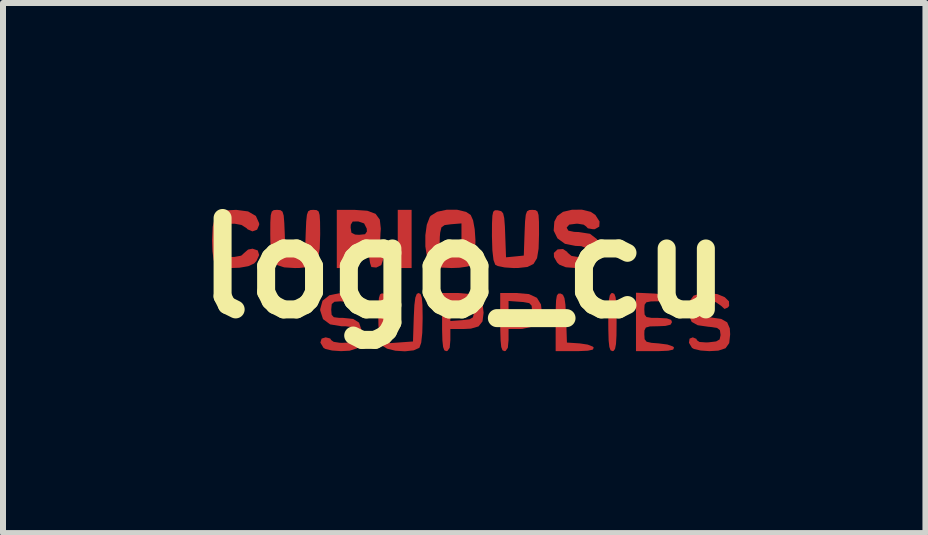
<source format=kicad_pcb>
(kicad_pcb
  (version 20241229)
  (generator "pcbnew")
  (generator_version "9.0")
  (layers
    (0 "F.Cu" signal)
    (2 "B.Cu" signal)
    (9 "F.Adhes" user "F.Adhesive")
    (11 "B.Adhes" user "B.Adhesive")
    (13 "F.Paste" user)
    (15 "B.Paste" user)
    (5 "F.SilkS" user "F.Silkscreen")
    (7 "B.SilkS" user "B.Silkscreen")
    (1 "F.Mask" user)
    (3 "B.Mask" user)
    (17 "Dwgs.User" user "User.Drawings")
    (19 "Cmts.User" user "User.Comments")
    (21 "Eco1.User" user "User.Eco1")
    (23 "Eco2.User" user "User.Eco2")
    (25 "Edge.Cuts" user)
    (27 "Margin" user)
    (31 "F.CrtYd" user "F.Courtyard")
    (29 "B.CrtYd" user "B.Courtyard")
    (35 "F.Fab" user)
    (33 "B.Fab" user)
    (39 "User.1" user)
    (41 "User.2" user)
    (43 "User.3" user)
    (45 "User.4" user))
  (footprint "logo_cu"
    (layer "F.Cu")
    (at 4.688 1.418)
    (property "Reference" "logo_cu" (at 0 0 0) (layer "F.SilkS") (effects (font (size 1.524 1.524) (thickness 0.3))))
    (attr board_only exclude_from_pos_files exclude_from_bom)
    (fp_poly (pts (xy -0.877 0) (xy -1.108 0) (xy -1.108 -0.97) (xy -0.877 -0.97)) (stroke (width 0) (type solid)) (fill yes) (layer "F.Cu"))
    (fp_poly (pts (xy 2.502 0.431) (xy 2.523 0.485) (xy 2.535 0.594) (xy 2.539 0.773) (xy 2.54 0.901) (xy 2.538 1.122) (xy 2.53 1.266) (xy 2.514 1.348) (xy 2.489 1.382) (xy 2.471 1.385) (xy 2.439 1.371) (xy 2.419 1.316) (xy 2.407 1.207) (xy 2.402 1.028) (xy 2.401 0.901) (xy 2.404 0.679) (xy 2.411 0.535) (xy 2.427 0.453) (xy 2.452 0.419) (xy 2.471 0.416)) (stroke (width 0) (type solid)) (fill yes) (layer "F.Cu"))
    (fp_poly (pts (xy 1.605 0.424) (xy 1.645 0.445) (xy 1.671 0.501) (xy 1.687 0.61) (xy 1.697 0.789) (xy 1.699 0.841) (xy 1.712 1.242) (xy 1.926 1.256) (xy 2.059 1.276) (xy 2.144 1.31) (xy 2.159 1.328) (xy 2.143 1.36) (xy 2.061 1.378) (xy 1.9 1.385) (xy 1.851 1.385) (xy 1.524 1.385) (xy 1.524 0.897) (xy 1.525 0.68) (xy 1.531 0.539) (xy 1.544 0.46) (xy 1.567 0.427) (xy 1.602 0.424)) (stroke (width 0) (type solid)) (fill yes) (layer "F.Cu"))
    (fp_poly (pts (xy 0.107 0.434) (xy 0.239 0.494) (xy 0.307 0.604) (xy 0.323 0.745) (xy 0.305 0.889) (xy 0.239 0.973) (xy 0.111 1.01) (xy -0.009 1.016) (xy -0.231 1.016) (xy -0.231 1.201) (xy -0.242 1.329) (xy -0.28 1.382) (xy -0.3 1.385) (xy -0.332 1.371) (xy -0.352 1.316) (xy -0.364 1.207) (xy -0.369 1.028) (xy -0.369 0.901) (xy -0.369 0.549) (xy -0.231 0.549) (xy -0.231 0.883) (xy -0.035 0.869) (xy 0.089 0.854) (xy 0.145 0.822) (xy 0.161 0.752) (xy 0.162 0.716) (xy 0.154 0.628) (xy 0.114 0.585) (xy 0.017 0.567) (xy -0.035 0.563) (xy -0.231 0.549) (xy -0.369 0.549) (xy -0.369 0.416) (xy -0.1 0.416)) (stroke (width 0) (type solid)) (fill yes) (layer "F.Cu"))
    (fp_poly (pts (xy 1.079 0.434) (xy 1.212 0.496) (xy 1.279 0.606) (xy 1.293 0.724) (xy 1.256 0.877) (xy 1.146 0.975) (xy 0.967 1.015) (xy 0.932 1.016) (xy 0.739 1.016) (xy 0.739 1.201) (xy 0.727 1.329) (xy 0.69 1.382) (xy 0.67 1.385) (xy 0.638 1.371) (xy 0.617 1.316) (xy 0.606 1.207) (xy 0.601 1.028) (xy 0.6 0.901) (xy 0.6 0.549) (xy 0.739 0.549) (xy 0.739 0.883) (xy 0.935 0.869) (xy 1.059 0.854) (xy 1.115 0.822) (xy 1.131 0.752) (xy 1.131 0.716) (xy 1.124 0.628) (xy 1.084 0.585) (xy 0.987 0.567) (xy 0.935 0.563) (xy 0.739 0.549) (xy 0.6 0.549) (xy 0.6 0.416) (xy 0.87 0.416)) (stroke (width 0) (type solid)) (fill yes) (layer "F.Cu"))
    (fp_poly (pts (xy -3.603 -0.944) (xy -3.473 -0.868) (xy -3.419 -0.748) (xy -3.417 -0.722) (xy -3.452 -0.64) (xy -3.53 -0.611) (xy -3.612 -0.646) (xy -3.625 -0.662) (xy -3.712 -0.718) (xy -3.827 -0.739) (xy -3.972 -0.739) (xy -3.972 -0.185) (xy -3.832 -0.185) (xy -3.718 -0.206) (xy -3.665 -0.254) (xy -3.603 -0.308) (xy -3.528 -0.323) (xy -3.441 -0.293) (xy -3.418 -0.217) (xy -3.462 -0.12) (xy -3.502 -0.076) (xy -3.599 -0.031) (xy -3.747 -0.005) (xy -3.911 0.000305) (xy -4.055 -0.016) (xy -4.146 -0.055) (xy -4.147 -0.055) (xy -4.177 -0.133) (xy -4.197 -0.283) (xy -4.203 -0.464) (xy -4.193 -0.688) (xy -4.158 -0.835) (xy -4.084 -0.921) (xy -3.961 -0.961) (xy -3.802 -0.97)) (stroke (width 0) (type solid)) (fill yes) (layer "F.Cu"))
    (fp_poly (pts (xy -0.728 0.433) (xy -0.707 0.495) (xy -0.696 0.616) (xy -0.693 0.813) (xy -0.693 0.845) (xy -0.699 1.081) (xy -0.717 1.245) (xy -0.747 1.328) (xy -0.748 1.33) (xy -0.842 1.372) (xy -0.988 1.388) (xy -1.148 1.378) (xy -1.286 1.344) (xy -1.355 1.301) (xy -1.395 1.233) (xy -1.419 1.123) (xy -1.43 0.952) (xy -1.432 0.813) (xy -1.43 0.618) (xy -1.422 0.5) (xy -1.404 0.44) (xy -1.374 0.422) (xy -1.351 0.424) (xy -1.311 0.445) (xy -1.285 0.501) (xy -1.269 0.608) (xy -1.259 0.786) (xy -1.257 0.846) (xy -1.243 1.252) (xy -0.854 1.224) (xy -0.841 0.82) (xy -0.831 0.618) (xy -0.815 0.493) (xy -0.791 0.431) (xy -0.76 0.416)) (stroke (width 0) (type solid)) (fill yes) (layer "F.Cu"))
    (fp_poly (pts (xy -3.063 -0.965) (xy -3.029 -0.94) (xy -3.009 -0.874) (xy -2.999 -0.75) (xy -2.992 -0.589) (xy -2.979 -0.208) (xy -2.655 -0.208) (xy -2.642 -0.589) (xy -2.634 -0.776) (xy -2.622 -0.888) (xy -2.601 -0.946) (xy -2.563 -0.967) (xy -2.515 -0.97) (xy -2.461 -0.966) (xy -2.427 -0.943) (xy -2.41 -0.884) (xy -2.403 -0.769) (xy -2.401 -0.581) (xy -2.401 -0.561) (xy -2.408 -0.325) (xy -2.435 -0.165) (xy -2.493 -0.068) (xy -2.594 -0.018) (xy -2.75 -0.001) (xy -2.825 0) (xy -3.001 -0.011) (xy -3.112 -0.048) (xy -3.156 -0.084) (xy -3.196 -0.153) (xy -3.22 -0.264) (xy -3.231 -0.436) (xy -3.233 -0.569) (xy -3.232 -0.762) (xy -3.225 -0.88) (xy -3.208 -0.942) (xy -3.175 -0.966) (xy -3.121 -0.97) (xy -3.119 -0.97)) (stroke (width 0) (type solid)) (fill yes) (layer "F.Cu"))
    (fp_poly (pts (xy -0.119 -0.972) (xy 0.031 -0.936) (xy 0.108 -0.885) (xy 0.148 -0.795) (xy 0.175 -0.646) (xy 0.187 -0.467) (xy 0.184 -0.29) (xy 0.166 -0.143) (xy 0.131 -0.057) (xy 0.129 -0.055) (xy 0.055 -0.025) (xy -0.082 -0.005) (xy -0.21 0) (xy -0.39 -0.008) (xy -0.503 -0.036) (xy -0.57 -0.084) (xy -0.622 -0.195) (xy -0.645 -0.342) (xy -0.411 -0.342) (xy -0.385 -0.242) (xy -0.319 -0.195) (xy -0.209 -0.185) (xy -0.046 -0.185) (xy -0.046 -0.744) (xy -0.219 -0.73) (xy -0.327 -0.716) (xy -0.38 -0.678) (xy -0.401 -0.59) (xy -0.407 -0.514) (xy -0.411 -0.342) (xy -0.645 -0.342) (xy -0.648 -0.36) (xy -0.648 -0.547) (xy -0.624 -0.722) (xy -0.574 -0.851) (xy -0.56 -0.87) (xy -0.451 -0.938) (xy -0.292 -0.972)) (stroke (width 0) (type solid)) (fill yes) (layer "F.Cu"))
    (fp_poly (pts (xy 1.187 -0.966) (xy 1.221 -0.943) (xy 1.239 -0.884) (xy 1.246 -0.769) (xy 1.247 -0.581) (xy 1.247 -0.561) (xy 1.24 -0.325) (xy 1.214 -0.165) (xy 1.155 -0.068) (xy 1.054 -0.018) (xy 0.899 -0.001) (xy 0.825 0) (xy 0.674 -0.01) (xy 0.558 -0.034) (xy 0.517 -0.055) (xy 0.488 -0.134) (xy 0.469 -0.295) (xy 0.462 -0.529) (xy 0.462 -0.544) (xy 0.463 -0.745) (xy 0.469 -0.871) (xy 0.483 -0.938) (xy 0.511 -0.963) (xy 0.556 -0.963) (xy 0.566 -0.961) (xy 0.617 -0.948) (xy 0.649 -0.911) (xy 0.667 -0.833) (xy 0.678 -0.693) (xy 0.683 -0.563) (xy 0.697 -0.179) (xy 0.845 -0.193) (xy 0.993 -0.208) (xy 1.006 -0.589) (xy 1.014 -0.776) (xy 1.026 -0.888) (xy 1.047 -0.946) (xy 1.085 -0.967) (xy 1.133 -0.97)) (stroke (width 0) (type solid)) (fill yes) (layer "F.Cu"))
    (fp_poly (pts (xy 3.171 0.425) (xy 3.358 0.442) (xy 3.47 0.471) (xy 3.498 0.496) (xy 3.48 0.532) (xy 3.39 0.55) (xy 3.26 0.554) (xy 3.113 0.556) (xy 3.036 0.571) (xy 3.007 0.611) (xy 3.002 0.687) (xy 3.002 0.693) (xy 3.007 0.775) (xy 3.038 0.816) (xy 3.119 0.83) (xy 3.233 0.831) (xy 3.378 0.839) (xy 3.449 0.864) (xy 3.464 0.901) (xy 3.439 0.944) (xy 3.353 0.965) (xy 3.233 0.97) (xy 3.096 0.973) (xy 3.028 0.992) (xy 3.004 1.04) (xy 3.002 1.106) (xy 3.007 1.186) (xy 3.04 1.228) (xy 3.123 1.247) (xy 3.241 1.256) (xy 3.388 1.275) (xy 3.481 1.308) (xy 3.498 1.328) (xy 3.482 1.36) (xy 3.4 1.378) (xy 3.24 1.385) (xy 3.19 1.385) (xy 2.863 1.385) (xy 2.863 0.411)) (stroke (width 0) (type solid)) (fill yes) (layer "F.Cu"))
    (fp_poly (pts (xy -1.616 -0.955) (xy -1.478 -0.904) (xy -1.407 -0.807) (xy -1.39 -0.655) (xy -1.396 -0.582) (xy -1.401 -0.447) (xy -1.387 -0.352) (xy -1.376 -0.332) (xy -1.349 -0.258) (xy -1.347 -0.156) (xy -1.383 -0.049) (xy -1.466 -0.008) (xy -1.548 -0.017) (xy -1.57 -0.085) (xy -1.592 -0.232) (xy -1.665 -0.307) (xy -1.76 -0.323) (xy -1.85 -0.314) (xy -1.887 -0.267) (xy -1.893 -0.162) (xy -1.902 -0.052) (xy -1.941 -0.008) (xy -2.009 0) (xy -2.124 0) (xy -2.124 -0.673) (xy -1.893 -0.673) (xy -1.88 -0.589) (xy -1.819 -0.558) (xy -1.752 -0.554) (xy -1.653 -0.564) (xy -1.622 -0.609) (xy -1.625 -0.658) (xy -1.669 -0.744) (xy -1.766 -0.777) (xy -1.859 -0.775) (xy -1.891 -0.723) (xy -1.893 -0.673) (xy -2.124 -0.673) (xy -2.124 -0.97) (xy -1.831 -0.97)) (stroke (width 0) (type solid)) (fill yes) (layer "F.Cu"))
    (fp_poly (pts (xy 2.109 -0.937) (xy 2.186 -0.885) (xy 2.256 -0.775) (xy 2.251 -0.69) (xy 2.177 -0.648) (xy 2.147 -0.647) (xy 2.061 -0.662) (xy 2.032 -0.693) (xy 1.991 -0.723) (xy 1.892 -0.739) (xy 1.87 -0.739) (xy 1.751 -0.724) (xy 1.709 -0.676) (xy 1.709 -0.67) (xy 1.737 -0.623) (xy 1.832 -0.603) (xy 1.909 -0.6) (xy 2.096 -0.571) (xy 2.213 -0.481) (xy 2.262 -0.33) (xy 2.263 -0.292) (xy 2.229 -0.142) (xy 2.127 -0.047) (xy 1.95 -0.004) (xy 1.862 0) (xy 1.693 -0.013) (xy 1.585 -0.057) (xy 1.549 -0.091) (xy 1.496 -0.183) (xy 1.494 -0.252) (xy 1.556 -0.311) (xy 1.647 -0.317) (xy 1.718 -0.269) (xy 1.725 -0.254) (xy 1.789 -0.202) (xy 1.892 -0.185) (xy 1.994 -0.199) (xy 2.03 -0.252) (xy 2.032 -0.277) (xy 2.016 -0.339) (xy 1.951 -0.365) (xy 1.855 -0.369) (xy 1.679 -0.404) (xy 1.554 -0.495) (xy 1.491 -0.624) (xy 1.502 -0.774) (xy 1.55 -0.867) (xy 1.647 -0.937) (xy 1.796 -0.972) (xy 1.962 -0.973)) (stroke (width 0) (type solid)) (fill yes) (layer "F.Cu"))
    (fp_poly (pts (xy -1.845 0.436) (xy -1.741 0.501) (xy -1.709 0.61) (xy -1.739 0.678) (xy -1.802 0.687) (xy -1.86 0.633) (xy -1.864 0.623) (xy -1.931 0.571) (xy -2.054 0.554) (xy -2.163 0.562) (xy -2.208 0.6) (xy -2.217 0.693) (xy -2.21 0.779) (xy -2.174 0.819) (xy -2.081 0.831) (xy -2.018 0.831) (xy -1.85 0.849) (xy -1.753 0.91) (xy -1.713 1.029) (xy -1.709 1.108) (xy -1.726 1.252) (xy -1.787 1.338) (xy -1.91 1.378) (xy -2.055 1.385) (xy -2.202 1.375) (xy -2.313 1.349) (xy -2.346 1.33) (xy -2.398 1.242) (xy -2.377 1.176) (xy -2.309 1.155) (xy -2.234 1.174) (xy -2.217 1.201) (xy -2.176 1.23) (xy -2.073 1.246) (xy -2.032 1.247) (xy -1.914 1.241) (xy -1.861 1.212) (xy -1.848 1.138) (xy -1.847 1.108) (xy -1.854 1.022) (xy -1.89 0.982) (xy -1.981 0.97) (xy -2.048 0.97) (xy -2.235 0.939) (xy -2.354 0.851) (xy -2.401 0.706) (xy -2.401 0.685) (xy -2.362 0.545) (xy -2.248 0.454) (xy -2.064 0.416) (xy -2.026 0.416)) (stroke (width 0) (type solid)) (fill yes) (layer "F.Cu"))
    (fp_poly (pts (xy 4.222 0.435) (xy 4.343 0.486) (xy 4.413 0.555) (xy 4.416 0.63) (xy 4.396 0.657) (xy 4.339 0.682) (xy 4.281 0.629) (xy 4.193 0.568) (xy 4.062 0.562) (xy 3.953 0.583) (xy 3.909 0.632) (xy 3.902 0.693) (xy 3.912 0.765) (xy 3.959 0.802) (xy 4.066 0.82) (xy 4.109 0.823) (xy 4.283 0.848) (xy 4.383 0.904) (xy 4.427 1.006) (xy 4.433 1.105) (xy 4.417 1.251) (xy 4.356 1.337) (xy 4.235 1.377) (xy 4.087 1.385) (xy 3.941 1.375) (xy 3.829 1.349) (xy 3.796 1.33) (xy 3.746 1.246) (xy 3.756 1.177) (xy 3.81 1.155) (xy 3.871 1.181) (xy 3.879 1.203) (xy 3.921 1.232) (xy 4.032 1.24) (xy 4.076 1.238) (xy 4.2 1.223) (xy 4.257 1.19) (xy 4.272 1.123) (xy 4.272 1.108) (xy 4.262 1.036) (xy 4.216 0.999) (xy 4.108 0.982) (xy 4.065 0.978) (xy 3.891 0.953) (xy 3.791 0.897) (xy 3.747 0.795) (xy 3.741 0.696) (xy 3.759 0.547) (xy 3.823 0.46) (xy 3.95 0.421) (xy 4.066 0.416)) (stroke (width 0) (type solid)) (fill yes) (layer "F.Cu")))
  (gr_rect
    (start -3 -3)
    (end 12.376 5.836)
    (stroke (width 0.1) (type default))
    (fill no)
    (layer "Edge.Cuts")))
</source>
